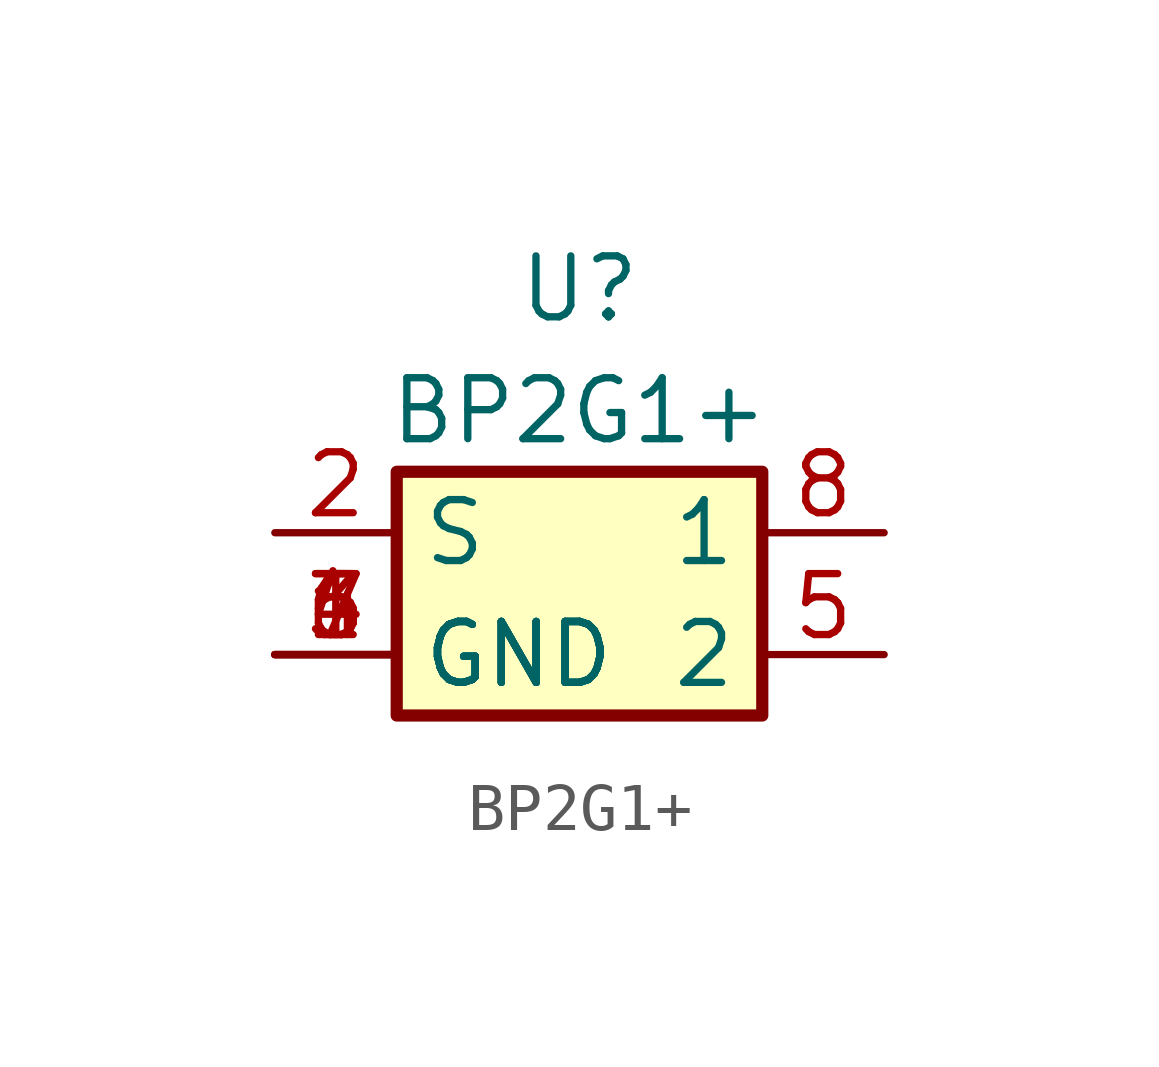
<source format=kicad_sym>
(kicad_symbol_lib
  (version 20211014)
  (generator kicad_symbol_editor)
  (symbol "BP2G1+"
    (property "Reference" "U"
      (at 0 6.35 0)
      (effects (font (size 1.27 1.27))))
    (property "Value" "BP2G1+"
      (at 0 3.81 0)
      (effects (font (size 1.27 1.27))))
    (symbol "BP2G1+_1_1"
      (rectangle (start -3.81 2.54) (end 3.81 -2.54) (stroke (width 0.254) (type default) (color 0 0 0 0)) (fill (type background)))
      (pin passive line (at -6.35 -1.27 0) (length 2.54) (name "GND" (effects (font (size 1.27 1.27)))) (number "1" (effects (font (size 1.27 1.27)))))
      (pin passive line (at -6.35 1.27 0) (length 2.54) (name "S" (effects (font (size 1.27 1.27)))) (number "2" (effects (font (size 1.27 1.27)))))
      (pin passive line (at -6.35 -1.27 0) (length 2.54) (name "GND" (effects (font (size 1.27 1.27)))) (number "3" (effects (font (size 1.27 1.27)))))
      (pin passive line (at -6.35 -1.27 0) (length 2.54) (name "GND" (effects (font (size 1.27 1.27)))) (number "4" (effects (font (size 1.27 1.27)))))
      (pin passive line (at 6.35 -1.27 180) (length 2.54) (name "2" (effects (font (size 1.27 1.27)))) (number "5" (effects (font (size 1.27 1.27)))))
      (pin passive line (at -6.35 -1.27 0) (length 2.54) (name "GND" (effects (font (size 1.27 1.27)))) (number "6" (effects (font (size 1.27 1.27)))))
      (pin passive line (at -6.35 -1.27 0) (length 2.54) (name "GND" (effects (font (size 1.27 1.27)))) (number "7" (effects (font (size 1.27 1.27)))))
      (pin passive line (at 6.35 1.27 180) (length 2.54) (name "1" (effects (font (size 1.27 1.27)))) (number "8" (effects (font (size 1.27 1.27))))))))
</source>
